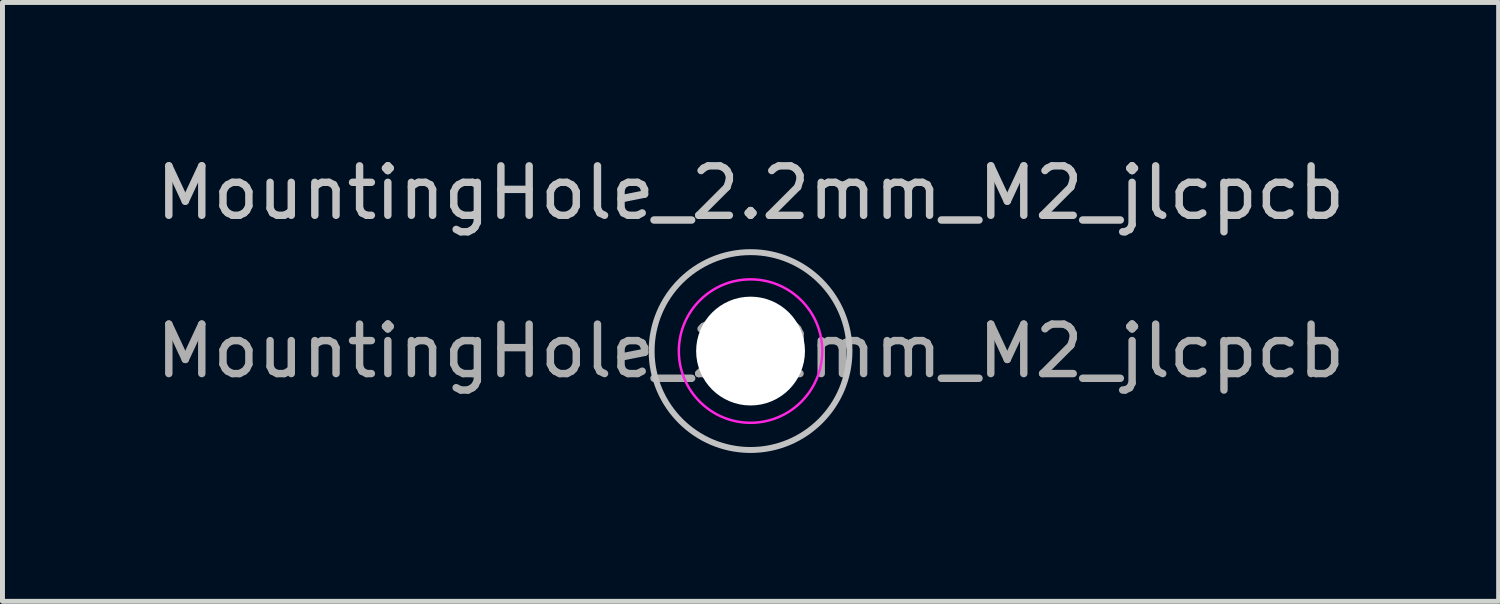
<source format=kicad_pcb>
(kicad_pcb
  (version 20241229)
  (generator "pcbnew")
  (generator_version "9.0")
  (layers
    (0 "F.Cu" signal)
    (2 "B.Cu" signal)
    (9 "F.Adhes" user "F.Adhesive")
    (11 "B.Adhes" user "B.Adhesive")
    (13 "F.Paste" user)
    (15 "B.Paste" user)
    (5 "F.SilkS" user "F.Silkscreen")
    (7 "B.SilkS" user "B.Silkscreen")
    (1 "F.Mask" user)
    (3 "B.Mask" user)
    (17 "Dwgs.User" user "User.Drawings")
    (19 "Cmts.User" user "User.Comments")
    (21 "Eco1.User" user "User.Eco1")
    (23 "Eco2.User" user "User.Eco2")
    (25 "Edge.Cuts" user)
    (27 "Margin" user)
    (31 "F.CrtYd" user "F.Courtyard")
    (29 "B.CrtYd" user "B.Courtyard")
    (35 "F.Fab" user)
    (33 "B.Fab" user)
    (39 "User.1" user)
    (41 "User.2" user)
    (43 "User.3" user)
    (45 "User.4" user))
  (footprint "MountingHole_2.2mm_M2_jlcpcb"
    (layer "F.Cu")
    (at 12.125 4.048)
    (property "Reference" "MountingHole_2.2mm_M2_jlcpcb" (at 0 -3.2 0) (layer "Dwgs.User") (effects (font (size 1 1) (thickness 0.15))))
    (attr exclude_from_pos_files exclude_from_bom)
    (fp_circle (center 0 0) (end 2 0) (stroke (width 0.12) (type solid)) (fill no) (layer "Dwgs.User"))
    (fp_circle (center 0 0) (end 1.45 0) (stroke (width 0.05) (type solid)) (fill no) (layer "F.CrtYd"))
    (fp_text user "${REFERENCE}" (at 0 0 0) (layer "F.Fab") (effects (font (size 1 1) (thickness 0.15))))
    (pad "" np_thru_hole circle (at 0 0) (size 2.2 2.2) (drill 2.2) (layers "*.Cu" "*.Mask")))
  (gr_rect
    (start -3 -3)
    (end 27.25 9.108)
    (stroke (width 0.1) (type default))
    (fill no)
    (layer "Edge.Cuts")))
</source>
